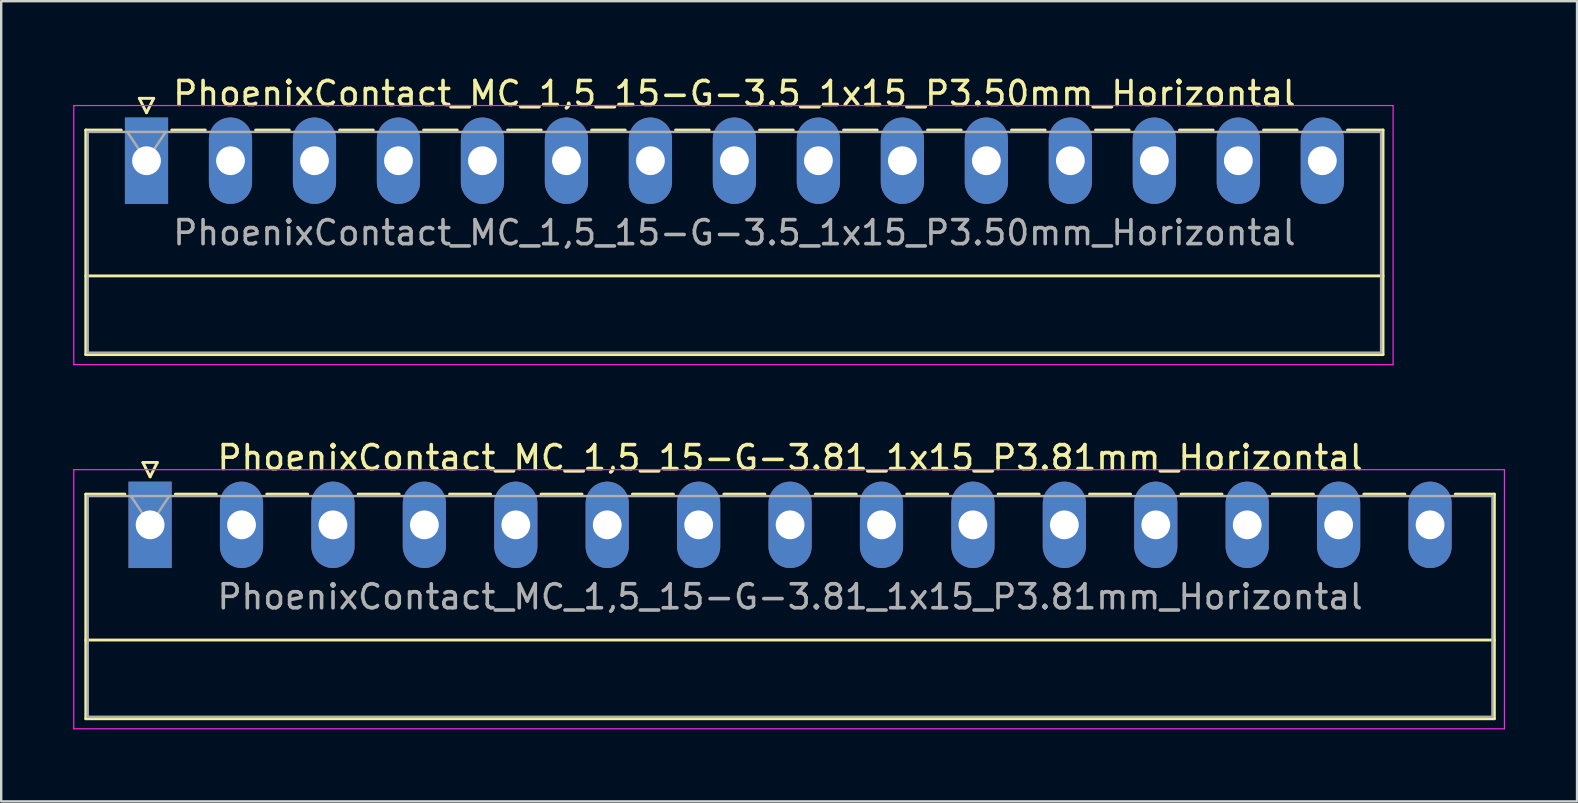
<source format=kicad_pcb>
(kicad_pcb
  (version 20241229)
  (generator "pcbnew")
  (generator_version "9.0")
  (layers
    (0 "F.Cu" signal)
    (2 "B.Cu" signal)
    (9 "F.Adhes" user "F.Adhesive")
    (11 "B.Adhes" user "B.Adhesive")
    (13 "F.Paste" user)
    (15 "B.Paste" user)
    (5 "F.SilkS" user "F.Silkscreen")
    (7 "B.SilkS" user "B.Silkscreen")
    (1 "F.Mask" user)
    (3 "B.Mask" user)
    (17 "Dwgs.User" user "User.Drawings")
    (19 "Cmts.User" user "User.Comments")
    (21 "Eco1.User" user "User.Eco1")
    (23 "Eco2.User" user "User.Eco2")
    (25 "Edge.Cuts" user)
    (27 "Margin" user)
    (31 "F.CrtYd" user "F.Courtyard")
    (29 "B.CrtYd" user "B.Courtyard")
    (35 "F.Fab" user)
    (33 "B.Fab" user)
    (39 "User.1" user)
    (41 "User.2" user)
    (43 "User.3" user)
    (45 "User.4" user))
  (footprint "PhoenixContact_MC_1,5_15-G-3.5_1x15_P3.50mm_Horizontal"
    (layer "F.Cu")
    (at 3.055 3.648)
    (property "Reference" "PhoenixContact_MC_1,5_15-G-3.5_1x15_P3.50mm_Horizontal" (at 24.5 -2.8 0) (layer "F.SilkS") (effects (font (size 1 1) (thickness 0.15))))
    (attr through_hole)
    (fp_line (start -2.53 -1.28) (end -2.53 8.08) (stroke (width 0.12) (type solid)) (layer "F.SilkS"))
    (fp_line (start -2.53 -1.28) (end -1.05 -1.28) (stroke (width 0.12) (type solid)) (layer "F.SilkS"))
    (fp_line (start -2.53 4.8) (end 51.53 4.8) (stroke (width 0.12) (type solid)) (layer "F.SilkS"))
    (fp_line (start -2.53 8.08) (end 51.53 8.08) (stroke (width 0.12) (type solid)) (layer "F.SilkS"))
    (fp_line (start -0.3 -2.6) (end 0.3 -2.6) (stroke (width 0.12) (type solid)) (layer "F.SilkS"))
    (fp_line (start 0 -2) (end -0.3 -2.6) (stroke (width 0.12) (type solid)) (layer "F.SilkS"))
    (fp_line (start 0.3 -2.6) (end 0 -2) (stroke (width 0.12) (type solid)) (layer "F.SilkS"))
    (fp_line (start 1.05 -1.28) (end 2.45 -1.28) (stroke (width 0.12) (type solid)) (layer "F.SilkS"))
    (fp_line (start 4.55 -1.28) (end 5.95 -1.28) (stroke (width 0.12) (type solid)) (layer "F.SilkS"))
    (fp_line (start 8.05 -1.28) (end 9.45 -1.28) (stroke (width 0.12) (type solid)) (layer "F.SilkS"))
    (fp_line (start 11.55 -1.28) (end 12.95 -1.28) (stroke (width 0.12) (type solid)) (layer "F.SilkS"))
    (fp_line (start 15.05 -1.28) (end 16.45 -1.28) (stroke (width 0.12) (type solid)) (layer "F.SilkS"))
    (fp_line (start 18.55 -1.28) (end 19.95 -1.28) (stroke (width 0.12) (type solid)) (layer "F.SilkS"))
    (fp_line (start 22.05 -1.28) (end 23.45 -1.28) (stroke (width 0.12) (type solid)) (layer "F.SilkS"))
    (fp_line (start 25.55 -1.28) (end 26.95 -1.28) (stroke (width 0.12) (type solid)) (layer "F.SilkS"))
    (fp_line (start 29.05 -1.28) (end 30.45 -1.28) (stroke (width 0.12) (type solid)) (layer "F.SilkS"))
    (fp_line (start 32.55 -1.28) (end 33.95 -1.28) (stroke (width 0.12) (type solid)) (layer "F.SilkS"))
    (fp_line (start 36.05 -1.28) (end 37.45 -1.28) (stroke (width 0.12) (type solid)) (layer "F.SilkS"))
    (fp_line (start 39.55 -1.28) (end 40.95 -1.28) (stroke (width 0.12) (type solid)) (layer "F.SilkS"))
    (fp_line (start 43.05 -1.28) (end 44.45 -1.28) (stroke (width 0.12) (type solid)) (layer "F.SilkS"))
    (fp_line (start 46.55 -1.28) (end 47.95 -1.28) (stroke (width 0.12) (type solid)) (layer "F.SilkS"))
    (fp_line (start 51.53 -1.28) (end 50.05 -1.28) (stroke (width 0.12) (type solid)) (layer "F.SilkS"))
    (fp_line (start 51.53 8.08) (end 51.53 -1.28) (stroke (width 0.12) (type solid)) (layer "F.SilkS"))
    (fp_line (start -3.03 -2.3) (end -3.03 8.5) (stroke (width 0.05) (type solid)) (layer "F.CrtYd"))
    (fp_line (start -3.03 8.5) (end 51.95 8.5) (stroke (width 0.05) (type solid)) (layer "F.CrtYd"))
    (fp_line (start 51.95 -2.3) (end -3.03 -2.3) (stroke (width 0.05) (type solid)) (layer "F.CrtYd"))
    (fp_line (start 51.95 8.5) (end 51.95 -2.3) (stroke (width 0.05) (type solid)) (layer "F.CrtYd"))
    (fp_line (start -2.45 -1.2) (end -2.45 8) (stroke (width 0.1) (type solid)) (layer "F.Fab"))
    (fp_line (start -2.45 8) (end 51.45 8) (stroke (width 0.1) (type solid)) (layer "F.Fab"))
    (fp_line (start 0 0) (end -0.8 -1.2) (stroke (width 0.1) (type solid)) (layer "F.Fab"))
    (fp_line (start 0.8 -1.2) (end 0 0) (stroke (width 0.1) (type solid)) (layer "F.Fab"))
    (fp_line (start 51.45 -1.2) (end -2.45 -1.2) (stroke (width 0.1) (type solid)) (layer "F.Fab"))
    (fp_line (start 51.45 8) (end 51.45 -1.2) (stroke (width 0.1) (type solid)) (layer "F.Fab"))
    (fp_text user "${REFERENCE}" (at 24.5 3 0) (layer "F.Fab") (effects (font (size 1 1) (thickness 0.15))))
    (pad "1" thru_hole rect (at 0 0) (size 1.8 3.6) (drill 1.2) (layers "*.Cu" "*.Mask"))
    (pad "2" thru_hole oval (at 3.5 0) (size 1.8 3.6) (drill 1.2) (layers "*.Cu" "*.Mask"))
    (pad "3" thru_hole oval (at 7 0) (size 1.8 3.6) (drill 1.2) (layers "*.Cu" "*.Mask"))
    (pad "4" thru_hole oval (at 10.5 0) (size 1.8 3.6) (drill 1.2) (layers "*.Cu" "*.Mask"))
    (pad "5" thru_hole oval (at 14 0) (size 1.8 3.6) (drill 1.2) (layers "*.Cu" "*.Mask"))
    (pad "6" thru_hole oval (at 17.5 0) (size 1.8 3.6) (drill 1.2) (layers "*.Cu" "*.Mask"))
    (pad "7" thru_hole oval (at 21 0) (size 1.8 3.6) (drill 1.2) (layers "*.Cu" "*.Mask"))
    (pad "8" thru_hole oval (at 24.5 0) (size 1.8 3.6) (drill 1.2) (layers "*.Cu" "*.Mask"))
    (pad "9" thru_hole oval (at 28 0) (size 1.8 3.6) (drill 1.2) (layers "*.Cu" "*.Mask"))
    (pad "10" thru_hole oval (at 31.5 0) (size 1.8 3.6) (drill 1.2) (layers "*.Cu" "*.Mask"))
    (pad "11" thru_hole oval (at 35 0) (size 1.8 3.6) (drill 1.2) (layers "*.Cu" "*.Mask"))
    (pad "12" thru_hole oval (at 38.5 0) (size 1.8 3.6) (drill 1.2) (layers "*.Cu" "*.Mask"))
    (pad "13" thru_hole oval (at 42 0) (size 1.8 3.6) (drill 1.2) (layers "*.Cu" "*.Mask"))
    (pad "14" thru_hole oval (at 45.5 0) (size 1.8 3.6) (drill 1.2) (layers "*.Cu" "*.Mask"))
    (pad "15" thru_hole oval (at 49 0) (size 1.8 3.6) (drill 1.2) (layers "*.Cu" "*.Mask")))
  (footprint "PhoenixContact_MC_1,5_15-G-3.81_1x15_P3.81mm_Horizontal"
    (layer "F.Cu")
    (at 3.205 18.822)
    (property "Reference" "PhoenixContact_MC_1,5_15-G-3.81_1x15_P3.81mm_Horizontal" (at 26.67 -2.8 0) (layer "F.SilkS") (effects (font (size 1 1) (thickness 0.15))))
    (attr through_hole)
    (fp_line (start -2.68 -1.28) (end -2.68 8.08) (stroke (width 0.12) (type solid)) (layer "F.SilkS"))
    (fp_line (start -2.68 -1.28) (end -1.05 -1.28) (stroke (width 0.12) (type solid)) (layer "F.SilkS"))
    (fp_line (start -2.68 4.8) (end 56.02 4.8) (stroke (width 0.12) (type solid)) (layer "F.SilkS"))
    (fp_line (start -2.68 8.08) (end 56.02 8.08) (stroke (width 0.12) (type solid)) (layer "F.SilkS"))
    (fp_line (start -0.3 -2.6) (end 0.3 -2.6) (stroke (width 0.12) (type solid)) (layer "F.SilkS"))
    (fp_line (start 0 -2) (end -0.3 -2.6) (stroke (width 0.12) (type solid)) (layer "F.SilkS"))
    (fp_line (start 0.3 -2.6) (end 0 -2) (stroke (width 0.12) (type solid)) (layer "F.SilkS"))
    (fp_line (start 1.05 -1.28) (end 2.76 -1.28) (stroke (width 0.12) (type solid)) (layer "F.SilkS"))
    (fp_line (start 4.86 -1.28) (end 6.57 -1.28) (stroke (width 0.12) (type solid)) (layer "F.SilkS"))
    (fp_line (start 8.67 -1.28) (end 10.38 -1.28) (stroke (width 0.12) (type solid)) (layer "F.SilkS"))
    (fp_line (start 12.48 -1.28) (end 14.19 -1.28) (stroke (width 0.12) (type solid)) (layer "F.SilkS"))
    (fp_line (start 16.29 -1.28) (end 18 -1.28) (stroke (width 0.12) (type solid)) (layer "F.SilkS"))
    (fp_line (start 20.1 -1.28) (end 21.81 -1.28) (stroke (width 0.12) (type solid)) (layer "F.SilkS"))
    (fp_line (start 23.91 -1.28) (end 25.62 -1.28) (stroke (width 0.12) (type solid)) (layer "F.SilkS"))
    (fp_line (start 27.72 -1.28) (end 29.43 -1.28) (stroke (width 0.12) (type solid)) (layer "F.SilkS"))
    (fp_line (start 31.53 -1.28) (end 33.24 -1.28) (stroke (width 0.12) (type solid)) (layer "F.SilkS"))
    (fp_line (start 35.34 -1.28) (end 37.05 -1.28) (stroke (width 0.12) (type solid)) (layer "F.SilkS"))
    (fp_line (start 39.15 -1.28) (end 40.86 -1.28) (stroke (width 0.12) (type solid)) (layer "F.SilkS"))
    (fp_line (start 42.96 -1.28) (end 44.67 -1.28) (stroke (width 0.12) (type solid)) (layer "F.SilkS"))
    (fp_line (start 46.77 -1.28) (end 48.48 -1.28) (stroke (width 0.12) (type solid)) (layer "F.SilkS"))
    (fp_line (start 50.58 -1.28) (end 52.29 -1.28) (stroke (width 0.12) (type solid)) (layer "F.SilkS"))
    (fp_line (start 56.02 -1.28) (end 54.39 -1.28) (stroke (width 0.12) (type solid)) (layer "F.SilkS"))
    (fp_line (start 56.02 8.08) (end 56.02 -1.28) (stroke (width 0.12) (type solid)) (layer "F.SilkS"))
    (fp_line (start -3.18 -2.3) (end -3.18 8.5) (stroke (width 0.05) (type solid)) (layer "F.CrtYd"))
    (fp_line (start -3.18 8.5) (end 56.44 8.5) (stroke (width 0.05) (type solid)) (layer "F.CrtYd"))
    (fp_line (start 56.44 -2.3) (end -3.18 -2.3) (stroke (width 0.05) (type solid)) (layer "F.CrtYd"))
    (fp_line (start 56.44 8.5) (end 56.44 -2.3) (stroke (width 0.05) (type solid)) (layer "F.CrtYd"))
    (fp_line (start -2.6 -1.2) (end -2.6 8) (stroke (width 0.1) (type solid)) (layer "F.Fab"))
    (fp_line (start -2.6 8) (end 55.94 8) (stroke (width 0.1) (type solid)) (layer "F.Fab"))
    (fp_line (start 0 0) (end -0.8 -1.2) (stroke (width 0.1) (type solid)) (layer "F.Fab"))
    (fp_line (start 0.8 -1.2) (end 0 0) (stroke (width 0.1) (type solid)) (layer "F.Fab"))
    (fp_line (start 55.94 -1.2) (end -2.6 -1.2) (stroke (width 0.1) (type solid)) (layer "F.Fab"))
    (fp_line (start 55.94 8) (end 55.94 -1.2) (stroke (width 0.1) (type solid)) (layer "F.Fab"))
    (fp_text user "${REFERENCE}" (at 26.67 3 0) (layer "F.Fab") (effects (font (size 1 1) (thickness 0.15))))
    (pad "1" thru_hole rect (at 0 0) (size 1.8 3.6) (drill 1.2) (layers "*.Cu" "*.Mask"))
    (pad "2" thru_hole oval (at 3.81 0) (size 1.8 3.6) (drill 1.2) (layers "*.Cu" "*.Mask"))
    (pad "3" thru_hole oval (at 7.62 0) (size 1.8 3.6) (drill 1.2) (layers "*.Cu" "*.Mask"))
    (pad "4" thru_hole oval (at 11.43 0) (size 1.8 3.6) (drill 1.2) (layers "*.Cu" "*.Mask"))
    (pad "5" thru_hole oval (at 15.24 0) (size 1.8 3.6) (drill 1.2) (layers "*.Cu" "*.Mask"))
    (pad "6" thru_hole oval (at 19.05 0) (size 1.8 3.6) (drill 1.2) (layers "*.Cu" "*.Mask"))
    (pad "7" thru_hole oval (at 22.86 0) (size 1.8 3.6) (drill 1.2) (layers "*.Cu" "*.Mask"))
    (pad "8" thru_hole oval (at 26.67 0) (size 1.8 3.6) (drill 1.2) (layers "*.Cu" "*.Mask"))
    (pad "9" thru_hole oval (at 30.48 0) (size 1.8 3.6) (drill 1.2) (layers "*.Cu" "*.Mask"))
    (pad "10" thru_hole oval (at 34.29 0) (size 1.8 3.6) (drill 1.2) (layers "*.Cu" "*.Mask"))
    (pad "11" thru_hole oval (at 38.1 0) (size 1.8 3.6) (drill 1.2) (layers "*.Cu" "*.Mask"))
    (pad "12" thru_hole oval (at 41.91 0) (size 1.8 3.6) (drill 1.2) (layers "*.Cu" "*.Mask"))
    (pad "13" thru_hole oval (at 45.72 0) (size 1.8 3.6) (drill 1.2) (layers "*.Cu" "*.Mask"))
    (pad "14" thru_hole oval (at 49.53 0) (size 1.8 3.6) (drill 1.2) (layers "*.Cu" "*.Mask"))
    (pad "15" thru_hole oval (at 53.34 0) (size 1.8 3.6) (drill 1.2) (layers "*.Cu" "*.Mask")))
  (gr_rect
    (start -3 -3)
    (end 62.67 30.346)
    (stroke (width 0.1) (type default))
    (fill no)
    (layer "Edge.Cuts")))
</source>
